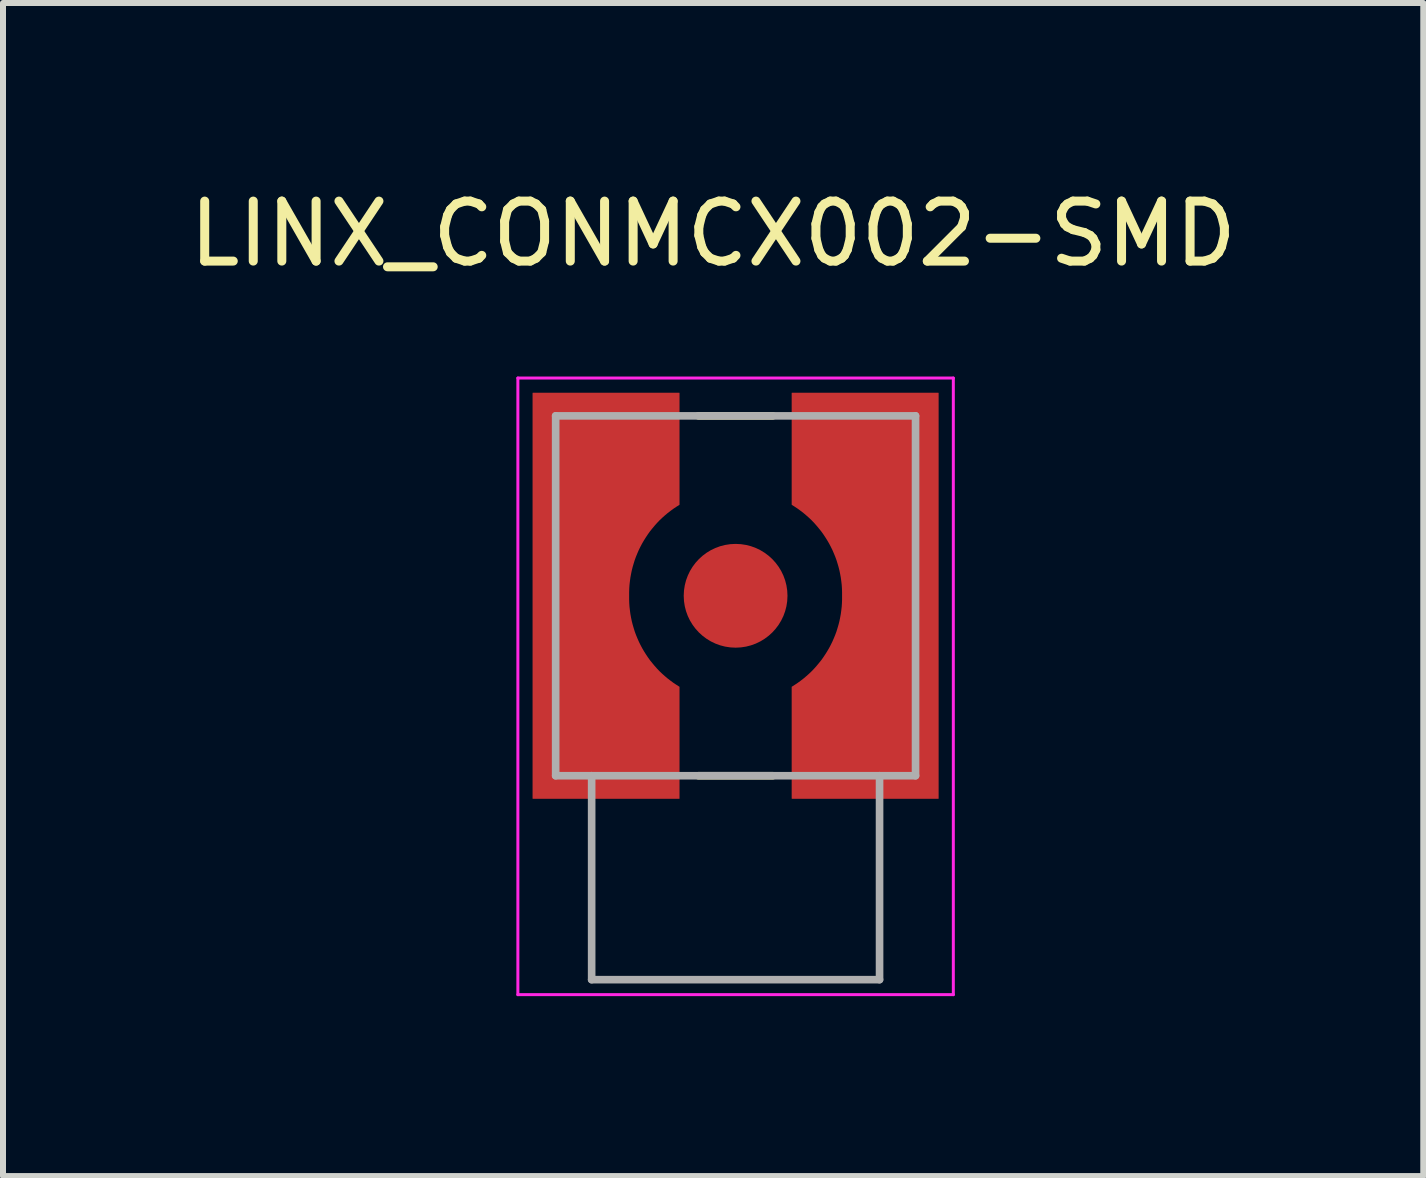
<source format=kicad_pcb>
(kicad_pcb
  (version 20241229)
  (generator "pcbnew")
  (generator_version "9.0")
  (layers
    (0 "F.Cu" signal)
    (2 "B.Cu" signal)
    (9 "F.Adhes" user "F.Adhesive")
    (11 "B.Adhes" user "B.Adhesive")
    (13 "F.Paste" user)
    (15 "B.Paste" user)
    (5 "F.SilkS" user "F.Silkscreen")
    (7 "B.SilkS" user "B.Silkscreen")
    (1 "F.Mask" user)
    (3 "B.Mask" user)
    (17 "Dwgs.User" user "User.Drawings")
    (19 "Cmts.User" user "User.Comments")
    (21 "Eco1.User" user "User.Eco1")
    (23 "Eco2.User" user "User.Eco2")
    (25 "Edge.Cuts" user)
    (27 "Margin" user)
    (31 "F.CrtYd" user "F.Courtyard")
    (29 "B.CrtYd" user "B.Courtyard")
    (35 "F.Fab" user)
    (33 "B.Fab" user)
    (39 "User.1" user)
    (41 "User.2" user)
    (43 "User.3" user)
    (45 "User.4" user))
  (footprint "LINX_CONMCX002-SMD"
    (layer "F.Cu")
    (at 9.214 6.883)
    (property "Reference" "LINX_CONMCX002-SMD" (at -0.375 -6.035 0) (layer "F.SilkS") (effects (font (size 1 1) (thickness 0.15))))
    (attr smd)
    (fp_poly (pts (xy -3.48 -3.48) (xy -3.48 3.48) (xy -0.84 3.48) (xy -0.84 1.47) (xy -0.884 1.443) (xy -0.934 1.411) (xy -0.982 1.377) (xy -1.029 1.342) (xy -1.075 1.305) (xy -1.12 1.266) (xy -1.163 1.225) (xy -1.205 1.184) (xy -1.245 1.14) (xy -1.284 1.096) (xy -1.321 1.05) (xy -1.357 1.003) (xy -1.391 0.954) (xy -1.423 0.905) (xy -1.453 0.854) (xy -1.482 0.802) (xy -1.509 0.75) (xy -1.534 0.696) (xy -1.557 0.642) (xy -1.578 0.587) (xy -1.597 0.531) (xy -1.614 0.474) (xy -1.63 0.417) (xy -1.643 0.36) (xy -1.654 0.302) (xy -1.664 0.243) (xy -1.671 0.185) (xy -1.676 0.126) (xy -1.679 0.067) (xy -1.68 0) (xy -1.679 -0.067) (xy -1.676 -0.126) (xy -1.671 -0.185) (xy -1.664 -0.243) (xy -1.654 -0.302) (xy -1.643 -0.36) (xy -1.63 -0.417) (xy -1.614 -0.474) (xy -1.597 -0.531) (xy -1.578 -0.587) (xy -1.557 -0.642) (xy -1.534 -0.696) (xy -1.509 -0.75) (xy -1.482 -0.802) (xy -1.453 -0.854) (xy -1.423 -0.905) (xy -1.391 -0.954) (xy -1.357 -1.003) (xy -1.321 -1.05) (xy -1.284 -1.096) (xy -1.245 -1.14) (xy -1.205 -1.184) (xy -1.163 -1.225) (xy -1.12 -1.266) (xy -1.075 -1.305) (xy -1.029 -1.342) (xy -0.982 -1.377) (xy -0.934 -1.411) (xy -0.884 -1.443) (xy -0.84 -1.47) (xy -0.84 -3.48) (xy -3.48 -3.48)) (stroke (width 0.01) (type solid)) (fill yes) (layer "F.Mask"))
    (fp_poly (pts (xy 3.48 -3.48) (xy 3.48 3.48) (xy 0.84 3.48) (xy 0.84 1.47) (xy 0.884 1.443) (xy 0.934 1.411) (xy 0.982 1.377) (xy 1.029 1.342) (xy 1.075 1.305) (xy 1.12 1.266) (xy 1.163 1.225) (xy 1.205 1.184) (xy 1.245 1.14) (xy 1.284 1.096) (xy 1.321 1.05) (xy 1.357 1.003) (xy 1.391 0.954) (xy 1.423 0.905) (xy 1.453 0.854) (xy 1.482 0.802) (xy 1.509 0.75) (xy 1.534 0.696) (xy 1.557 0.642) (xy 1.578 0.587) (xy 1.597 0.531) (xy 1.614 0.474) (xy 1.63 0.417) (xy 1.643 0.36) (xy 1.654 0.302) (xy 1.664 0.243) (xy 1.671 0.185) (xy 1.676 0.126) (xy 1.679 0.067) (xy 1.68 0) (xy 1.679 -0.067) (xy 1.676 -0.126) (xy 1.671 -0.185) (xy 1.664 -0.243) (xy 1.654 -0.302) (xy 1.643 -0.36) (xy 1.63 -0.417) (xy 1.614 -0.474) (xy 1.597 -0.531) (xy 1.578 -0.587) (xy 1.557 -0.642) (xy 1.534 -0.696) (xy 1.509 -0.75) (xy 1.482 -0.802) (xy 1.453 -0.854) (xy 1.423 -0.905) (xy 1.391 -0.954) (xy 1.357 -1.003) (xy 1.321 -1.05) (xy 1.284 -1.096) (xy 1.245 -1.14) (xy 1.205 -1.184) (xy 1.163 -1.225) (xy 1.12 -1.266) (xy 1.075 -1.305) (xy 1.029 -1.342) (xy 0.982 -1.377) (xy 0.934 -1.411) (xy 0.884 -1.443) (xy 0.84 -1.47) (xy 0.84 -3.48) (xy 3.48 -3.48)) (stroke (width 0.01) (type solid)) (fill yes) (layer "F.Mask"))
    (fp_line (start -0.62 -3) (end 0.62 -3) (stroke (width 0.127) (type solid)) (layer "F.SilkS"))
    (fp_line (start -0.62 3) (end 0.62 3) (stroke (width 0.127) (type solid)) (layer "F.SilkS"))
    (fp_poly (pts (xy -3.38 -3.38) (xy -3.38 3.38) (xy -0.94 3.38) (xy -0.94 1.52) (xy -0.989 1.489) (xy -1.04 1.455) (xy -1.089 1.419) (xy -1.137 1.382) (xy -1.183 1.343) (xy -1.228 1.303) (xy -1.272 1.261) (xy -1.314 1.217) (xy -1.354 1.172) (xy -1.393 1.125) (xy -1.431 1.078) (xy -1.466 1.029) (xy -1.5 0.978) (xy -1.532 0.927) (xy -1.563 0.874) (xy -1.591 0.821) (xy -1.618 0.766) (xy -1.642 0.711) (xy -1.665 0.655) (xy -1.686 0.598) (xy -1.704 0.54) (xy -1.721 0.482) (xy -1.736 0.423) (xy -1.748 0.364) (xy -1.759 0.304) (xy -1.767 0.244) (xy -1.774 0.184) (xy -1.778 0.123) (xy -1.78 0.063) (xy -1.78 0) (xy -1.78 -0.063) (xy -1.778 -0.123) (xy -1.774 -0.184) (xy -1.767 -0.244) (xy -1.759 -0.304) (xy -1.748 -0.364) (xy -1.736 -0.423) (xy -1.721 -0.482) (xy -1.704 -0.54) (xy -1.686 -0.598) (xy -1.665 -0.655) (xy -1.642 -0.711) (xy -1.618 -0.766) (xy -1.591 -0.821) (xy -1.563 -0.874) (xy -1.532 -0.927) (xy -1.5 -0.978) (xy -1.466 -1.029) (xy -1.431 -1.078) (xy -1.393 -1.125) (xy -1.354 -1.172) (xy -1.314 -1.217) (xy -1.272 -1.261) (xy -1.228 -1.303) (xy -1.183 -1.343) (xy -1.137 -1.382) (xy -1.089 -1.419) (xy -1.04 -1.455) (xy -0.989 -1.489) (xy -0.94 -1.52) (xy -0.94 -3.38) (xy -3.38 -3.38)) (stroke (width 0.01) (type solid)) (fill yes) (layer "F.Paste"))
    (fp_poly (pts (xy 3.38 -3.38) (xy 3.38 3.38) (xy 0.94 3.38) (xy 0.94 1.52) (xy 0.989 1.489) (xy 1.04 1.455) (xy 1.089 1.419) (xy 1.137 1.382) (xy 1.183 1.343) (xy 1.228 1.303) (xy 1.272 1.261) (xy 1.314 1.217) (xy 1.354 1.172) (xy 1.393 1.125) (xy 1.431 1.078) (xy 1.466 1.029) (xy 1.5 0.978) (xy 1.532 0.927) (xy 1.563 0.874) (xy 1.591 0.821) (xy 1.618 0.766) (xy 1.642 0.711) (xy 1.665 0.655) (xy 1.686 0.598) (xy 1.704 0.54) (xy 1.721 0.482) (xy 1.736 0.423) (xy 1.748 0.364) (xy 1.759 0.304) (xy 1.767 0.244) (xy 1.774 0.184) (xy 1.778 0.123) (xy 1.78 0.063) (xy 1.78 0) (xy 1.78 -0.063) (xy 1.778 -0.123) (xy 1.774 -0.184) (xy 1.767 -0.244) (xy 1.759 -0.304) (xy 1.748 -0.364) (xy 1.736 -0.423) (xy 1.721 -0.482) (xy 1.704 -0.54) (xy 1.686 -0.598) (xy 1.665 -0.655) (xy 1.642 -0.711) (xy 1.618 -0.766) (xy 1.591 -0.821) (xy 1.563 -0.874) (xy 1.532 -0.927) (xy 1.5 -0.978) (xy 1.466 -1.029) (xy 1.431 -1.078) (xy 1.393 -1.125) (xy 1.354 -1.172) (xy 1.314 -1.217) (xy 1.272 -1.261) (xy 1.228 -1.303) (xy 1.183 -1.343) (xy 1.137 -1.382) (xy 1.089 -1.419) (xy 1.04 -1.455) (xy 0.989 -1.489) (xy 0.94 -1.52) (xy 0.94 -3.38) (xy 3.38 -3.38)) (stroke (width 0.01) (type solid)) (fill yes) (layer "F.Paste"))
    (fp_line (start -3.63 -3.63) (end 3.63 -3.63) (stroke (width 0.05) (type solid)) (layer "F.CrtYd"))
    (fp_line (start -3.63 6.65) (end -3.63 -3.63) (stroke (width 0.05) (type solid)) (layer "F.CrtYd"))
    (fp_line (start 3.63 -3.63) (end 3.63 6.65) (stroke (width 0.05) (type solid)) (layer "F.CrtYd"))
    (fp_line (start 3.63 6.65) (end -3.63 6.65) (stroke (width 0.05) (type solid)) (layer "F.CrtYd"))
    (fp_line (start -3 -3) (end 3 -3) (stroke (width 0.127) (type solid)) (layer "F.Fab"))
    (fp_line (start -3 3) (end -3 -3) (stroke (width 0.127) (type solid)) (layer "F.Fab"))
    (fp_line (start -2.4 3) (end -3 3) (stroke (width 0.127) (type solid)) (layer "F.Fab"))
    (fp_line (start -2.4 6.4) (end -2.4 3) (stroke (width 0.127) (type solid)) (layer "F.Fab"))
    (fp_line (start 2.4 3) (end -2.4 3) (stroke (width 0.127) (type solid)) (layer "F.Fab"))
    (fp_line (start 2.4 6.4) (end -2.4 6.4) (stroke (width 0.127) (type solid)) (layer "F.Fab"))
    (fp_line (start 2.4 6.4) (end 2.4 3) (stroke (width 0.127) (type solid)) (layer "F.Fab"))
    (fp_line (start 3 -3) (end 3 3) (stroke (width 0.127) (type solid)) (layer "F.Fab"))
    (fp_line (start 3 3) (end 2.4 3) (stroke (width 0.127) (type solid)) (layer "F.Fab"))
    (pad "1" smd circle (at 0 0) (size 1.73 1.73) (layers "F.Cu" "F.Mask" "F.Paste"))
    (pad "S1" smd custom (at -2.6 0) (size 1 1) (layers "F.Cu") (options (anchor rect)) (primitives (gr_poly (pts (xy -0.78 -3.38) (xy -0.78 3.38) (xy 1.66 3.38) (xy 1.66 1.52) (xy 1.611 1.489) (xy 1.56 1.455) (xy 1.511 1.419) (xy 1.463 1.382) (xy 1.417 1.343) (xy 1.372 1.303) (xy 1.328 1.261) (xy 1.286 1.217) (xy 1.246 1.172) (xy 1.207 1.125) (xy 1.169 1.078) (xy 1.134 1.029) (xy 1.1 0.978) (xy 1.068 0.927) (xy 1.037 0.874) (xy 1.009 0.821) (xy 0.982 0.766) (xy 0.958 0.711) (xy 0.935 0.655) (xy 0.914 0.598) (xy 0.896 0.54) (xy 0.879 0.482) (xy 0.864 0.423) (xy 0.852 0.364) (xy 0.841 0.304) (xy 0.833 0.244) (xy 0.826 0.184) (xy 0.822 0.123) (xy 0.82 0.063) (xy 0.82 0) (xy 0.82 -0.063) (xy 0.822 -0.123) (xy 0.826 -0.184) (xy 0.833 -0.244) (xy 0.841 -0.304) (xy 0.852 -0.364) (xy 0.864 -0.423) (xy 0.879 -0.482) (xy 0.896 -0.54) (xy 0.914 -0.598) (xy 0.935 -0.655) (xy 0.958 -0.711) (xy 0.982 -0.766) (xy 1.009 -0.821) (xy 1.037 -0.874) (xy 1.068 -0.927) (xy 1.1 -0.978) (xy 1.134 -1.029) (xy 1.169 -1.078) (xy 1.207 -1.125) (xy 1.246 -1.172) (xy 1.286 -1.217) (xy 1.328 -1.261) (xy 1.372 -1.303) (xy 1.417 -1.343) (xy 1.463 -1.382) (xy 1.511 -1.419) (xy 1.56 -1.455) (xy 1.611 -1.489) (xy 1.66 -1.52) (xy 1.66 -3.38) (xy -0.78 -3.38)) (width 0.01) (fill yes))))
    (pad "S2" smd custom (at 2.6 0) (size 1 1) (layers "F.Cu") (options (anchor rect)) (primitives (gr_poly (pts (xy 0.78 -3.38) (xy 0.78 3.38) (xy -1.66 3.38) (xy -1.66 1.52) (xy -1.611 1.489) (xy -1.56 1.455) (xy -1.511 1.419) (xy -1.463 1.382) (xy -1.417 1.343) (xy -1.372 1.303) (xy -1.328 1.261) (xy -1.286 1.217) (xy -1.246 1.172) (xy -1.207 1.125) (xy -1.169 1.078) (xy -1.134 1.029) (xy -1.1 0.978) (xy -1.068 0.927) (xy -1.037 0.874) (xy -1.009 0.821) (xy -0.982 0.766) (xy -0.958 0.711) (xy -0.935 0.655) (xy -0.914 0.598) (xy -0.896 0.54) (xy -0.879 0.482) (xy -0.864 0.423) (xy -0.852 0.364) (xy -0.841 0.304) (xy -0.833 0.244) (xy -0.826 0.184) (xy -0.822 0.123) (xy -0.82 0.063) (xy -0.82 0) (xy -0.82 -0.063) (xy -0.822 -0.123) (xy -0.826 -0.184) (xy -0.833 -0.244) (xy -0.841 -0.304) (xy -0.852 -0.364) (xy -0.864 -0.423) (xy -0.879 -0.482) (xy -0.896 -0.54) (xy -0.914 -0.598) (xy -0.935 -0.655) (xy -0.958 -0.711) (xy -0.982 -0.766) (xy -1.009 -0.821) (xy -1.037 -0.874) (xy -1.068 -0.927) (xy -1.1 -0.978) (xy -1.134 -1.029) (xy -1.169 -1.078) (xy -1.207 -1.125) (xy -1.246 -1.172) (xy -1.286 -1.217) (xy -1.328 -1.261) (xy -1.372 -1.303) (xy -1.417 -1.343) (xy -1.463 -1.382) (xy -1.511 -1.419) (xy -1.56 -1.455) (xy -1.611 -1.489) (xy -1.66 -1.52) (xy -1.66 -3.38) (xy 0.78 -3.38)) (width 0.01) (fill yes)))))
  (gr_rect
    (start -3 -3)
    (end 20.679 16.558)
    (stroke (width 0.1) (type default))
    (fill no)
    (layer "Edge.Cuts")))
</source>
